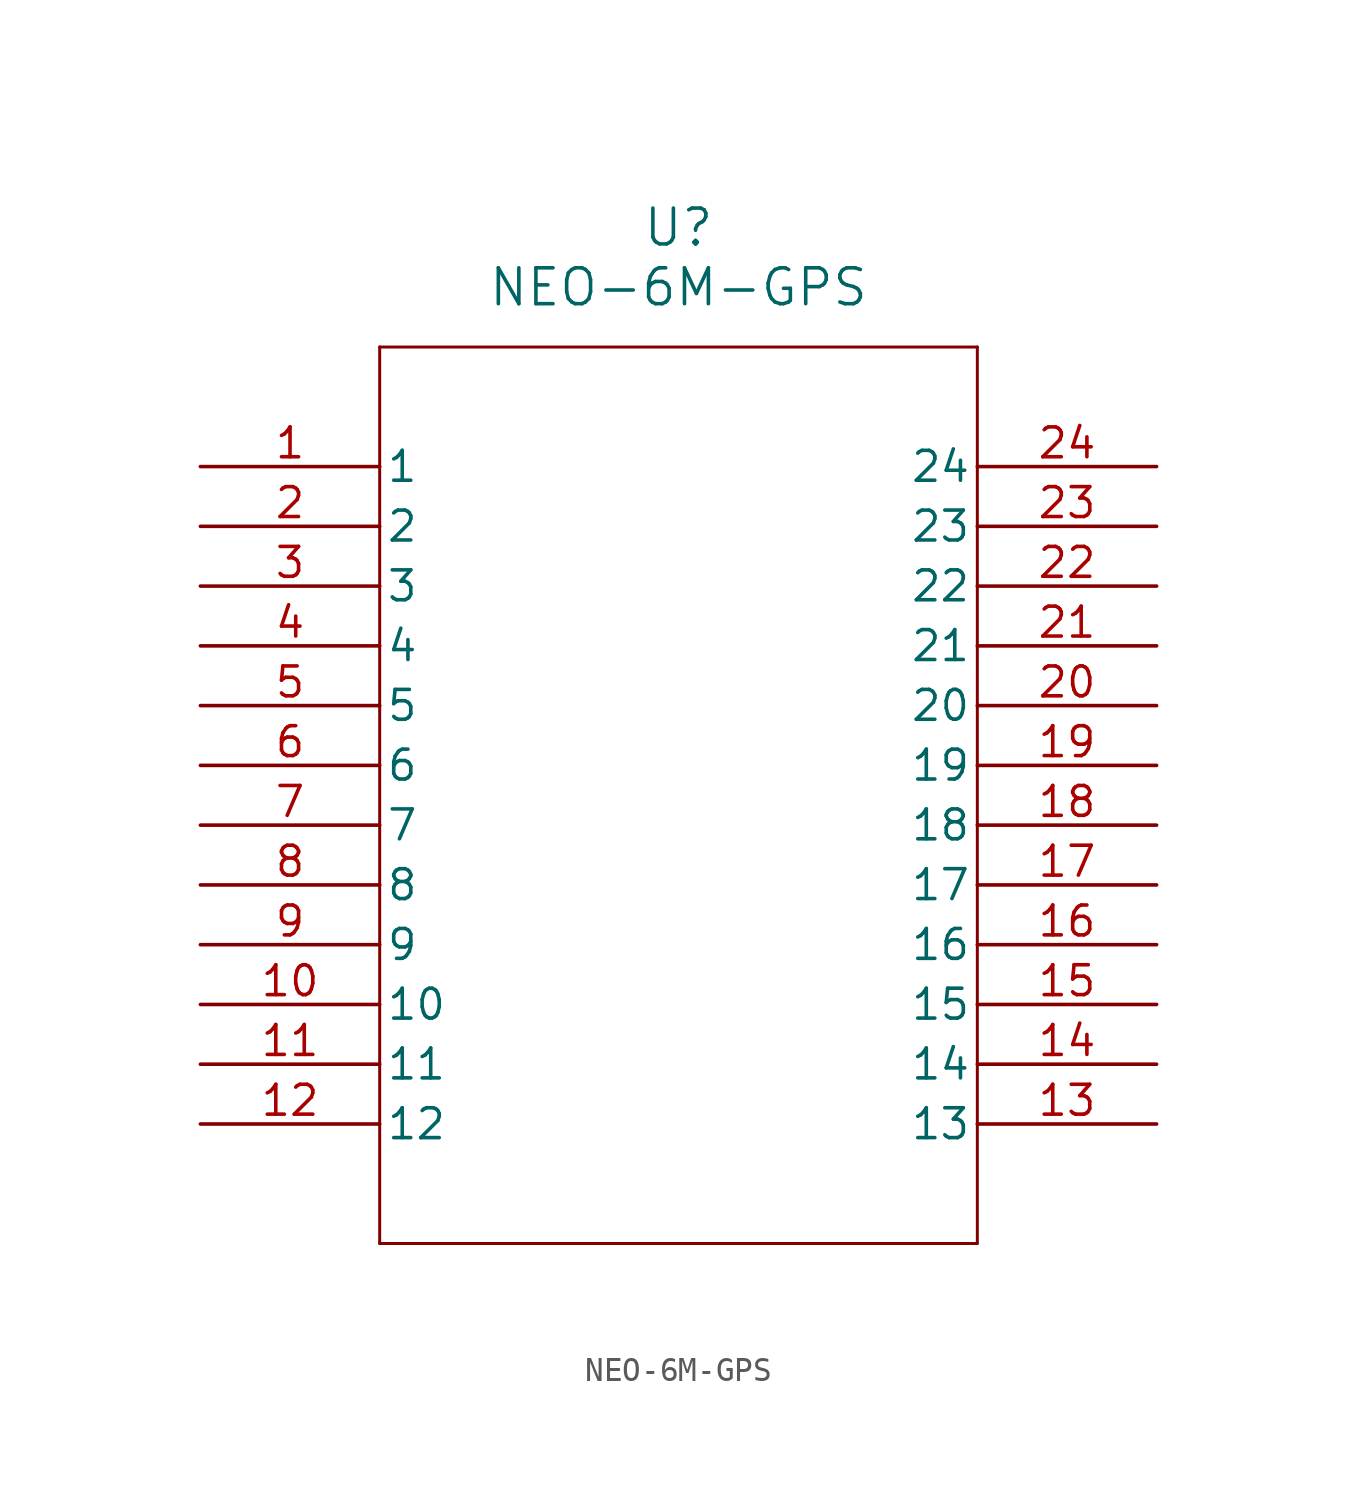
<source format=kicad_sym>
(kicad_symbol_lib
  (version 20211014)
  (generator kicad_symbol_editor)
  (symbol "NEO-6M-GPS"
    (pin_names
      (offset 0.254))
    (property "Reference" "U"
      (at 20.32 10.16 0)
      (effects (font (size 1.524 1.524))))
    (property "Value" "NEO-6M-GPS"
      (at 20.32 7.62 0)
      (effects (font (size 1.524 1.524))))
    (symbol "NEO-6M-GPS_0_1"
      (polyline (pts (xy 7.62 5.08) (xy 7.62 -33.02)) (stroke (width 0.127) (type default) (color 0 0 0 0)) (fill (type none)))
      (polyline (pts (xy 7.62 -33.02) (xy 33.02 -33.02)) (stroke (width 0.127) (type default) (color 0 0 0 0)) (fill (type none)))
      (polyline (pts (xy 33.02 -33.02) (xy 33.02 5.08)) (stroke (width 0.127) (type default) (color 0 0 0 0)) (fill (type none)))
      (polyline (pts (xy 33.02 5.08) (xy 7.62 5.08)) (stroke (width 0.127) (type default) (color 0 0 0 0)) (fill (type none)))
      (pin unspecified line (at 0 0 0) (length 7.62) (name "1" (effects (font (size 1.27 1.27)))) (number "1" (effects (font (size 1.27 1.27)))))
      (pin unspecified line (at 0 -2.54 0) (length 7.62) (name "2" (effects (font (size 1.27 1.27)))) (number "2" (effects (font (size 1.27 1.27)))))
      (pin unspecified line (at 0 -5.08 0) (length 7.62) (name "3" (effects (font (size 1.27 1.27)))) (number "3" (effects (font (size 1.27 1.27)))))
      (pin unspecified line (at 0 -7.62 0) (length 7.62) (name "4" (effects (font (size 1.27 1.27)))) (number "4" (effects (font (size 1.27 1.27)))))
      (pin unspecified line (at 0 -10.16 0) (length 7.62) (name "5" (effects (font (size 1.27 1.27)))) (number "5" (effects (font (size 1.27 1.27)))))
      (pin unspecified line (at 0 -12.7 0) (length 7.62) (name "6" (effects (font (size 1.27 1.27)))) (number "6" (effects (font (size 1.27 1.27)))))
      (pin power_in line (at 0 -15.24 0) (length 7.62) (name "7" (effects (font (size 1.27 1.27)))) (number "7" (effects (font (size 1.27 1.27)))))
      (pin unspecified line (at 0 -17.78 0) (length 7.62) (name "8" (effects (font (size 1.27 1.27)))) (number "8" (effects (font (size 1.27 1.27)))))
      (pin power_in line (at 0 -20.32 0) (length 7.62) (name "9" (effects (font (size 1.27 1.27)))) (number "9" (effects (font (size 1.27 1.27)))))
      (pin power_out line (at 0 -22.86 0) (length 7.62) (name "10" (effects (font (size 1.27 1.27)))) (number "10" (effects (font (size 1.27 1.27)))))
      (pin unspecified line (at 0 -25.4 0) (length 7.62) (name "11" (effects (font (size 1.27 1.27)))) (number "11" (effects (font (size 1.27 1.27)))))
      (pin power_out line (at 0 -27.94 0) (length 7.62) (name "12" (effects (font (size 1.27 1.27)))) (number "12" (effects (font (size 1.27 1.27)))))
      (pin power_out line (at 40.64 -27.94 180) (length 7.62) (name "13" (effects (font (size 1.27 1.27)))) (number "13" (effects (font (size 1.27 1.27)))))
      (pin unspecified line (at 40.64 -25.4 180) (length 7.62) (name "14" (effects (font (size 1.27 1.27)))) (number "14" (effects (font (size 1.27 1.27)))))
      (pin unspecified line (at 40.64 -22.86 180) (length 7.62) (name "15" (effects (font (size 1.27 1.27)))) (number "15" (effects (font (size 1.27 1.27)))))
      (pin unspecified line (at 40.64 -20.32 180) (length 7.62) (name "16" (effects (font (size 1.27 1.27)))) (number "16" (effects (font (size 1.27 1.27)))))
      (pin unspecified line (at 40.64 -17.78 180) (length 7.62) (name "17" (effects (font (size 1.27 1.27)))) (number "17" (effects (font (size 1.27 1.27)))))
      (pin unspecified line (at 40.64 -15.24 180) (length 7.62) (name "18" (effects (font (size 1.27 1.27)))) (number "18" (effects (font (size 1.27 1.27)))))
      (pin unspecified line (at 40.64 -12.7 180) (length 7.62) (name "19" (effects (font (size 1.27 1.27)))) (number "19" (effects (font (size 1.27 1.27)))))
      (pin bidirectional line (at 40.64 -10.16 180) (length 7.62) (name "20" (effects (font (size 1.27 1.27)))) (number "20" (effects (font (size 1.27 1.27)))))
      (pin bidirectional line (at 40.64 -7.62 180) (length 7.62) (name "21" (effects (font (size 1.27 1.27)))) (number "21" (effects (font (size 1.27 1.27)))))
      (pin unspecified line (at 40.64 -5.08 180) (length 7.62) (name "22" (effects (font (size 1.27 1.27)))) (number "22" (effects (font (size 1.27 1.27)))))
      (pin power_in line (at 40.64 -2.54 180) (length 7.62) (name "23" (effects (font (size 1.27 1.27)))) (number "23" (effects (font (size 1.27 1.27)))))
      (pin power_out line (at 40.64 0 180) (length 7.62) (name "24" (effects (font (size 1.27 1.27)))) (number "24" (effects (font (size 1.27 1.27))))))))
</source>
